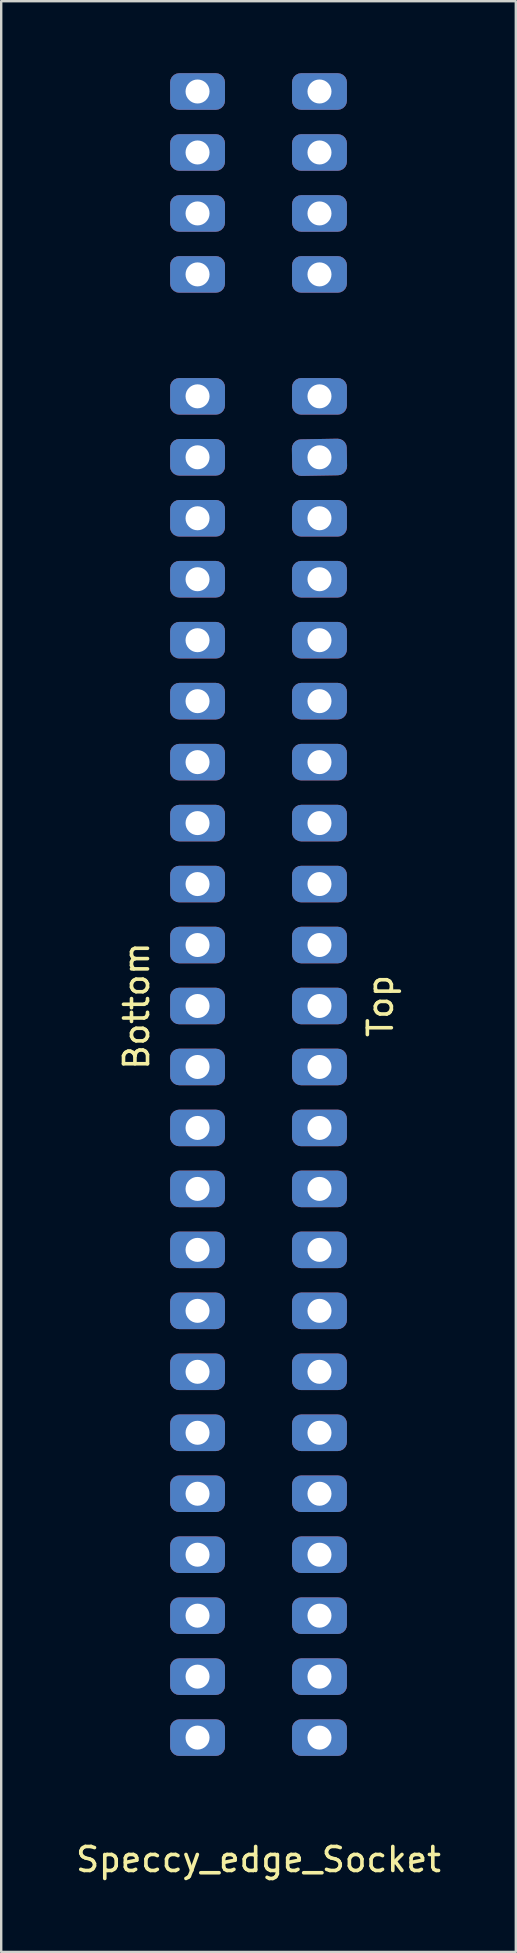
<source format=kicad_pcb>
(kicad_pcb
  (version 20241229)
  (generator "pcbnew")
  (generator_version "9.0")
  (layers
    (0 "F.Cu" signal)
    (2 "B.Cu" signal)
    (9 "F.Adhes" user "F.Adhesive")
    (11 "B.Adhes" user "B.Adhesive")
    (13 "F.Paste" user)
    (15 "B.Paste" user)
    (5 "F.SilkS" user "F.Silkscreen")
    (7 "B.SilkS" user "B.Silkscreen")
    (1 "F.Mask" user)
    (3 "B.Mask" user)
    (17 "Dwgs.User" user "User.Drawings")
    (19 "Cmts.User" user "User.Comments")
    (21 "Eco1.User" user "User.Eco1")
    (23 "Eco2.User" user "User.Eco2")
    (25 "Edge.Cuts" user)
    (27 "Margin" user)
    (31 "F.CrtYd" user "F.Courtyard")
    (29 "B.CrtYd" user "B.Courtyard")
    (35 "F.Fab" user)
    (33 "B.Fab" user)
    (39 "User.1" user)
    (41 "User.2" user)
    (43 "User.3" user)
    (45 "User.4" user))
  (footprint "Speccy_edge_Socket"
    (layer "F.Cu")
    (at 7.72 38.862)
    (property "Reference" "Speccy_edge_Socket" (at 0 35.56 0) (unlocked yes) (layer "F.SilkS") (effects (font (size 1 1) (thickness 0.15))))
    (attr smd)
    (fp_text user "Top" (at 5.08 0 90) (unlocked yes) (layer "F.SilkS") (effects (font (size 1 1) (thickness 0.15))))
    (fp_text user "Bottom" (at -5.08 0 90) (unlocked yes) (layer "F.SilkS") (effects (font (size 1 1) (thickness 0.15))))
    (pad "B1" thru_hole roundrect (at -2.54 -38.1) (size 2.286 1.524) (drill 1) (layers "*.Cu" "*.Mask") (roundrect_rratio 0.25))
    (pad "B2" thru_hole roundrect (at -2.54 -35.56 180) (size 2.286 1.524) (drill 1) (layers "*.Cu" "*.Mask") (roundrect_rratio 0.25))
    (pad "B3" thru_hole roundrect (at -2.54 -33.02) (size 2.286 1.524) (drill 1) (layers "*.Cu" "*.Mask") (roundrect_rratio 0.25))
    (pad "B4" thru_hole roundrect (at -2.54 -30.48) (size 2.286 1.524) (drill 1) (layers "*.Cu" "*.Mask") (roundrect_rratio 0.25))
    (pad "B6" thru_hole roundrect (at -2.54 -25.4) (size 2.286 1.524) (drill 1) (layers "*.Cu" "*.Mask") (roundrect_rratio 0.25))
    (pad "B7" thru_hole roundrect (at -2.54 -22.86) (size 2.286 1.524) (drill 1) (layers "*.Cu" "*.Mask") (roundrect_rratio 0.25))
    (pad "B8" thru_hole roundrect (at -2.54 -20.32) (size 2.286 1.524) (drill 1) (layers "*.Cu" "*.Mask") (roundrect_rratio 0.25))
    (pad "B9" thru_hole roundrect (at -2.54 -17.78) (size 2.286 1.524) (drill 1) (layers "*.Cu" "*.Mask") (roundrect_rratio 0.25))
    (pad "B10" thru_hole roundrect (at -2.54 -15.24) (size 2.286 1.524) (drill 1) (layers "*.Cu" "*.Mask") (roundrect_rratio 0.25))
    (pad "B11" thru_hole roundrect (at -2.54 -12.7) (size 2.286 1.524) (drill 1) (layers "*.Cu" "*.Mask") (roundrect_rratio 0.25))
    (pad "B12" thru_hole roundrect (at -2.54 -10.16) (size 2.286 1.524) (drill 1) (layers "*.Cu" "*.Mask") (roundrect_rratio 0.25))
    (pad "B13" thru_hole roundrect (at -2.54 -7.62) (size 2.286 1.524) (drill 1) (layers "*.Cu" "*.Mask") (roundrect_rratio 0.25))
    (pad "B14" thru_hole roundrect (at -2.54 -5.08) (size 2.286 1.524) (drill 1) (layers "*.Cu" "*.Mask") (roundrect_rratio 0.25))
    (pad "B15" thru_hole roundrect (at -2.54 -2.54) (size 2.286 1.524) (drill 1) (layers "*.Cu" "*.Mask") (roundrect_rratio 0.25))
    (pad "B16" thru_hole roundrect (at -2.54 0) (size 2.286 1.524) (drill 1) (layers "*.Cu" "*.Mask") (roundrect_rratio 0.25))
    (pad "B17" thru_hole roundrect (at -2.54 2.54) (size 2.286 1.524) (drill 1) (layers "*.Cu" "*.Mask") (roundrect_rratio 0.25))
    (pad "B18" thru_hole roundrect (at -2.54 5.08) (size 2.286 1.524) (drill 1) (layers "*.Cu" "*.Mask") (roundrect_rratio 0.25))
    (pad "B19" thru_hole roundrect (at -2.54 7.62) (size 2.286 1.524) (drill 1) (layers "*.Cu" "*.Mask") (roundrect_rratio 0.25))
    (pad "B20" thru_hole roundrect (at -2.54 10.16) (size 2.286 1.524) (drill 1) (layers "*.Cu" "*.Mask") (roundrect_rratio 0.25))
    (pad "B21" thru_hole roundrect (at -2.54 12.7) (size 2.286 1.524) (drill 1) (layers "*.Cu" "*.Mask") (roundrect_rratio 0.25))
    (pad "B22" thru_hole roundrect (at -2.54 15.24) (size 2.286 1.524) (drill 1) (layers "*.Cu" "*.Mask") (roundrect_rratio 0.25))
    (pad "B23" thru_hole roundrect (at -2.54 17.78) (size 2.286 1.524) (drill 1) (layers "*.Cu" "*.Mask") (roundrect_rratio 0.25))
    (pad "B24" thru_hole roundrect (at -2.54 20.32) (size 2.286 1.524) (drill 1) (layers "*.Cu" "*.Mask") (roundrect_rratio 0.25))
    (pad "B25" thru_hole roundrect (at -2.54 22.86) (size 2.286 1.524) (drill 1) (layers "*.Cu" "*.Mask") (roundrect_rratio 0.25))
    (pad "B26" thru_hole roundrect (at -2.54 25.4) (size 2.286 1.524) (drill 1) (layers "*.Cu" "*.Mask") (roundrect_rratio 0.25))
    (pad "B27" thru_hole roundrect (at -2.54 27.94) (size 2.286 1.524) (drill 1) (layers "*.Cu" "*.Mask") (roundrect_rratio 0.25))
    (pad "B28" thru_hole roundrect (at -2.54 30.48) (size 2.286 1.524) (drill 1) (layers "*.Cu" "*.Mask") (roundrect_rratio 0.25))
    (pad "U1" thru_hole roundrect (at 2.54 -38.1) (size 2.286 1.524) (drill 1) (layers "*.Cu" "*.Mask") (roundrect_rratio 0.25))
    (pad "U2" thru_hole roundrect (at 2.54 -35.56) (size 2.286 1.524) (drill 1) (layers "*.Cu" "*.Mask") (roundrect_rratio 0.25))
    (pad "U3" thru_hole roundrect (at 2.54 -33.02) (size 2.286 1.524) (drill 1) (layers "*.Cu" "*.Mask") (roundrect_rratio 0.25))
    (pad "U4" thru_hole roundrect (at 2.54 -30.48) (size 2.286 1.524) (drill 1) (layers "*.Cu" "*.Mask") (roundrect_rratio 0.25))
    (pad "U6" thru_hole roundrect (at 2.54 -25.4) (size 2.286 1.524) (drill 1) (layers "*.Cu" "*.Mask") (roundrect_rratio 0.25))
    (pad "U7" thru_hole roundrect (at 2.54 -22.86 1) (size 2.286 1.524) (drill 1) (layers "*.Cu" "*.Mask") (roundrect_rratio 0.25))
    (pad "U8" thru_hole roundrect (at 2.54 -20.32) (size 2.286 1.524) (drill 1) (layers "*.Cu" "*.Mask") (roundrect_rratio 0.25))
    (pad "U9" thru_hole roundrect (at 2.54 -17.78) (size 2.286 1.524) (drill 1) (layers "*.Cu" "*.Mask") (roundrect_rratio 0.25))
    (pad "U10" thru_hole roundrect (at 2.54 -15.24) (size 2.286 1.524) (drill 1) (layers "*.Cu" "*.Mask") (roundrect_rratio 0.25))
    (pad "U11" thru_hole roundrect (at 2.54 -12.7) (size 2.286 1.524) (drill 1) (layers "*.Cu" "*.Mask") (roundrect_rratio 0.25))
    (pad "U12" thru_hole roundrect (at 2.54 -10.16) (size 2.286 1.524) (drill 1) (layers "*.Cu" "*.Mask") (roundrect_rratio 0.25))
    (pad "U13" thru_hole roundrect (at 2.54 -7.62) (size 2.286 1.524) (drill 1) (layers "*.Cu" "*.Mask") (roundrect_rratio 0.25))
    (pad "U14" thru_hole roundrect (at 2.54 -5.08) (size 2.286 1.524) (drill 1) (layers "*.Cu" "*.Mask") (roundrect_rratio 0.25))
    (pad "U15" thru_hole roundrect (at 2.54 -2.54) (size 2.286 1.524) (drill 1) (layers "*.Cu" "*.Mask") (roundrect_rratio 0.25))
    (pad "U16" thru_hole roundrect (at 2.54 0) (size 2.286 1.524) (drill 1) (layers "*.Cu" "*.Mask") (roundrect_rratio 0.25))
    (pad "U17" thru_hole roundrect (at 2.54 2.54) (size 2.286 1.524) (drill 1) (layers "*.Cu" "*.Mask") (roundrect_rratio 0.25))
    (pad "U18" thru_hole roundrect (at 2.54 5.08) (size 2.286 1.524) (drill 1) (layers "*.Cu" "*.Mask") (roundrect_rratio 0.25))
    (pad "U19" thru_hole roundrect (at 2.54 7.62) (size 2.286 1.524) (drill 1) (layers "*.Cu" "*.Mask") (roundrect_rratio 0.25))
    (pad "U20" thru_hole roundrect (at 2.54 10.16) (size 2.286 1.524) (drill 1) (layers "*.Cu" "*.Mask") (roundrect_rratio 0.25))
    (pad "U21" thru_hole roundrect (at 2.54 12.7) (size 2.286 1.524) (drill 1) (layers "*.Cu" "*.Mask") (roundrect_rratio 0.25))
    (pad "U22" thru_hole roundrect (at 2.54 15.24) (size 2.286 1.524) (drill 1) (layers "*.Cu" "*.Mask") (roundrect_rratio 0.25))
    (pad "U23" thru_hole roundrect (at 2.54 17.78) (size 2.286 1.524) (drill 1) (layers "*.Cu" "*.Mask") (roundrect_rratio 0.25))
    (pad "U24" thru_hole roundrect (at 2.54 20.32) (size 2.286 1.524) (drill 1) (layers "*.Cu" "*.Mask") (roundrect_rratio 0.25))
    (pad "U25" thru_hole roundrect (at 2.54 22.86) (size 2.286 1.524) (drill 1) (layers "*.Cu" "*.Mask") (roundrect_rratio 0.25))
    (pad "U26" thru_hole roundrect (at 2.54 25.4) (size 2.286 1.524) (drill 1) (layers "*.Cu" "*.Mask") (roundrect_rratio 0.25))
    (pad "U27" thru_hole roundrect (at 2.54 27.94) (size 2.286 1.524) (drill 1) (layers "*.Cu" "*.Mask") (roundrect_rratio 0.25))
    (pad "U28" thru_hole roundrect (at 2.54 30.48) (size 2.286 1.524) (drill 1) (layers "*.Cu" "*.Mask") (roundrect_rratio 0.25)))
  (gr_rect
    (start -3 -3)
    (end 18.44 78.27)
    (stroke (width 0.1) (type default))
    (fill no)
    (layer "Edge.Cuts")))
</source>
